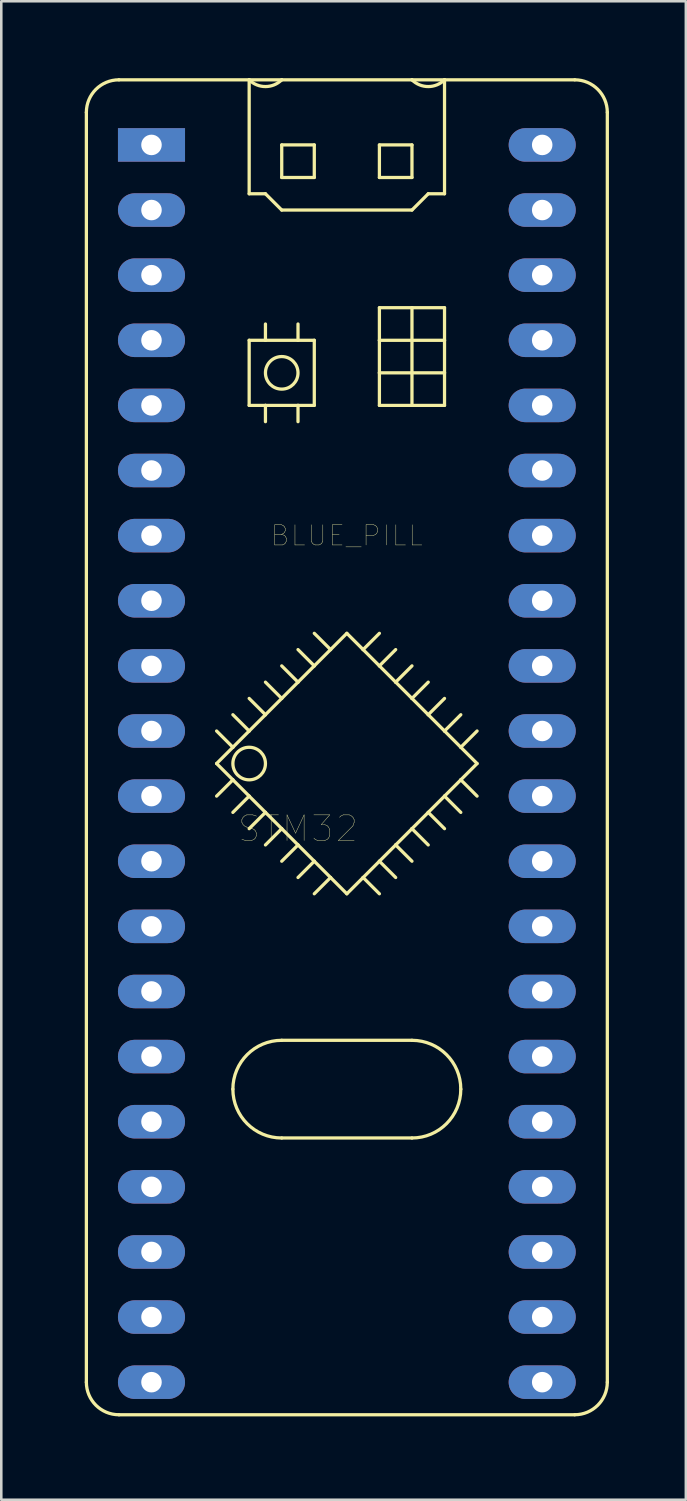
<source format=kicad_pcb>
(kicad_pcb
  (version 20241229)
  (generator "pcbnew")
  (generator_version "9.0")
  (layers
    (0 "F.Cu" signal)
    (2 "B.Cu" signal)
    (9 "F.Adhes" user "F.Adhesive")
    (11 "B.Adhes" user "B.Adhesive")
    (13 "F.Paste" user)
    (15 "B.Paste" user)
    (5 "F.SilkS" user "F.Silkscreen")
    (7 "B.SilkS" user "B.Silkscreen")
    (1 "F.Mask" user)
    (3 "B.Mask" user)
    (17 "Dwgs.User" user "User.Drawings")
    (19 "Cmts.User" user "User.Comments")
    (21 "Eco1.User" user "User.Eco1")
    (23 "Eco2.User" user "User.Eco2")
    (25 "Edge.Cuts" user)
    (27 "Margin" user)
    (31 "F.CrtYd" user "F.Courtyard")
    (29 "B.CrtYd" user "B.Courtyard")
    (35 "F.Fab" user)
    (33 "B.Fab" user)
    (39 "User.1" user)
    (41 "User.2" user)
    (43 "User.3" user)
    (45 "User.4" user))
  (footprint "BLUE_PILL"
    (layer "F.Cu")
    (at 0.25 52.199)
    (property "Reference" "BLUE_PILL" (at 10.229 -34.356 0) (layer "F.SilkS") (effects (font (size 0.787 0.787) (thickness 0.015))))
    (attr through_hole)
    (fp_line (start 0.069 -1.336) (end 0.069 -50.866) (stroke (width 0.127) (type solid)) (layer "F.SilkS"))
    (fp_line (start 1.339 -52.136) (end 6.419 -52.136) (stroke (width 0.127) (type solid)) (layer "F.SilkS"))
    (fp_line (start 5.149 -26.736) (end 5.784 -26.101) (stroke (width 0.127) (type solid)) (layer "F.SilkS"))
    (fp_line (start 5.149 -25.466) (end 5.784 -26.101) (stroke (width 0.127) (type solid)) (layer "F.SilkS"))
    (fp_line (start 5.784 -27.371) (end 6.419 -26.736) (stroke (width 0.127) (type solid)) (layer "F.SilkS"))
    (fp_line (start 5.784 -26.101) (end 6.419 -26.736) (stroke (width 0.127) (type solid)) (layer "F.SilkS"))
    (fp_line (start 5.784 -24.831) (end 5.149 -25.466) (stroke (width 0.127) (type solid)) (layer "F.SilkS"))
    (fp_line (start 5.784 -24.831) (end 5.149 -24.196) (stroke (width 0.127) (type solid)) (layer "F.SilkS"))
    (fp_line (start 6.419 -52.136) (end 6.419 -47.691) (stroke (width 0.127) (type solid)) (layer "F.SilkS"))
    (fp_line (start 6.419 -52.136) (end 7.689 -52.136) (stroke (width 0.127) (type solid)) (layer "F.SilkS"))
    (fp_line (start 6.419 -47.691) (end 7.054 -47.691) (stroke (width 0.127) (type solid)) (layer "F.SilkS"))
    (fp_line (start 6.419 -41.976) (end 7.054 -41.976) (stroke (width 0.127) (type solid)) (layer "F.SilkS"))
    (fp_line (start 6.419 -39.436) (end 6.419 -41.976) (stroke (width 0.127) (type solid)) (layer "F.SilkS"))
    (fp_line (start 6.419 -28.006) (end 7.054 -27.371) (stroke (width 0.127) (type solid)) (layer "F.SilkS"))
    (fp_line (start 6.419 -26.736) (end 7.054 -27.371) (stroke (width 0.127) (type solid)) (layer "F.SilkS"))
    (fp_line (start 6.419 -24.196) (end 5.784 -24.831) (stroke (width 0.127) (type solid)) (layer "F.SilkS"))
    (fp_line (start 6.419 -24.196) (end 5.784 -23.561) (stroke (width 0.127) (type solid)) (layer "F.SilkS"))
    (fp_line (start 7.054 -47.691) (end 7.689 -47.056) (stroke (width 0.127) (type solid)) (layer "F.SilkS"))
    (fp_line (start 7.054 -41.976) (end 7.054 -42.611) (stroke (width 0.127) (type solid)) (layer "F.SilkS"))
    (fp_line (start 7.054 -41.976) (end 8.324 -41.976) (stroke (width 0.127) (type solid)) (layer "F.SilkS"))
    (fp_line (start 7.054 -39.436) (end 6.419 -39.436) (stroke (width 0.127) (type solid)) (layer "F.SilkS"))
    (fp_line (start 7.054 -39.436) (end 7.054 -38.801) (stroke (width 0.127) (type solid)) (layer "F.SilkS"))
    (fp_line (start 7.054 -28.641) (end 7.689 -28.006) (stroke (width 0.127) (type solid)) (layer "F.SilkS"))
    (fp_line (start 7.054 -27.371) (end 7.689 -28.006) (stroke (width 0.127) (type solid)) (layer "F.SilkS"))
    (fp_line (start 7.054 -23.561) (end 6.419 -24.196) (stroke (width 0.127) (type solid)) (layer "F.SilkS"))
    (fp_line (start 7.054 -23.561) (end 6.419 -22.926) (stroke (width 0.127) (type solid)) (layer "F.SilkS"))
    (fp_line (start 7.689 -52.136) (end 12.769 -52.136) (stroke (width 0.127) (type solid)) (layer "F.SilkS"))
    (fp_line (start 7.689 -49.596) (end 7.689 -48.326) (stroke (width 0.127) (type solid)) (layer "F.SilkS"))
    (fp_line (start 7.689 -49.596) (end 8.959 -49.596) (stroke (width 0.127) (type solid)) (layer "F.SilkS"))
    (fp_line (start 7.689 -48.326) (end 8.959 -48.326) (stroke (width 0.127) (type solid)) (layer "F.SilkS"))
    (fp_line (start 7.689 -47.056) (end 12.769 -47.056) (stroke (width 0.127) (type solid)) (layer "F.SilkS"))
    (fp_line (start 7.689 -29.276) (end 8.324 -28.641) (stroke (width 0.127) (type solid)) (layer "F.SilkS"))
    (fp_line (start 7.689 -28.006) (end 8.324 -28.641) (stroke (width 0.127) (type solid)) (layer "F.SilkS"))
    (fp_line (start 7.689 -22.926) (end 7.054 -23.561) (stroke (width 0.127) (type solid)) (layer "F.SilkS"))
    (fp_line (start 7.689 -22.926) (end 7.054 -22.291) (stroke (width 0.127) (type solid)) (layer "F.SilkS"))
    (fp_line (start 7.689 -10.861) (end 12.769 -10.861) (stroke (width 0.127) (type solid)) (layer "F.SilkS"))
    (fp_line (start 8.324 -41.976) (end 8.324 -42.611) (stroke (width 0.127) (type solid)) (layer "F.SilkS"))
    (fp_line (start 8.324 -41.976) (end 8.959 -41.976) (stroke (width 0.127) (type solid)) (layer "F.SilkS"))
    (fp_line (start 8.324 -39.436) (end 7.054 -39.436) (stroke (width 0.127) (type solid)) (layer "F.SilkS"))
    (fp_line (start 8.324 -39.436) (end 8.324 -38.801) (stroke (width 0.127) (type solid)) (layer "F.SilkS"))
    (fp_line (start 8.324 -29.911) (end 8.959 -29.276) (stroke (width 0.127) (type solid)) (layer "F.SilkS"))
    (fp_line (start 8.324 -28.641) (end 8.959 -29.276) (stroke (width 0.127) (type solid)) (layer "F.SilkS"))
    (fp_line (start 8.324 -22.291) (end 7.689 -22.926) (stroke (width 0.127) (type solid)) (layer "F.SilkS"))
    (fp_line (start 8.324 -22.291) (end 7.689 -21.656) (stroke (width 0.127) (type solid)) (layer "F.SilkS"))
    (fp_line (start 8.959 -48.326) (end 8.959 -49.596) (stroke (width 0.127) (type solid)) (layer "F.SilkS"))
    (fp_line (start 8.959 -41.976) (end 8.959 -39.436) (stroke (width 0.127) (type solid)) (layer "F.SilkS"))
    (fp_line (start 8.959 -39.436) (end 8.324 -39.436) (stroke (width 0.127) (type solid)) (layer "F.SilkS"))
    (fp_line (start 8.959 -30.546) (end 9.594 -29.911) (stroke (width 0.127) (type solid)) (layer "F.SilkS"))
    (fp_line (start 8.959 -29.276) (end 9.594 -29.911) (stroke (width 0.127) (type solid)) (layer "F.SilkS"))
    (fp_line (start 8.959 -21.656) (end 8.324 -22.291) (stroke (width 0.127) (type solid)) (layer "F.SilkS"))
    (fp_line (start 8.959 -21.656) (end 8.324 -21.021) (stroke (width 0.127) (type solid)) (layer "F.SilkS"))
    (fp_line (start 9.594 -29.911) (end 10.229 -30.546) (stroke (width 0.127) (type solid)) (layer "F.SilkS"))
    (fp_line (start 9.594 -21.021) (end 8.959 -21.656) (stroke (width 0.127) (type solid)) (layer "F.SilkS"))
    (fp_line (start 9.594 -21.021) (end 8.959 -20.386) (stroke (width 0.127) (type solid)) (layer "F.SilkS"))
    (fp_line (start 10.229 -30.546) (end 10.864 -29.911) (stroke (width 0.127) (type solid)) (layer "F.SilkS"))
    (fp_line (start 10.229 -20.386) (end 9.594 -21.021) (stroke (width 0.127) (type solid)) (layer "F.SilkS"))
    (fp_line (start 10.864 -29.911) (end 11.499 -30.546) (stroke (width 0.127) (type solid)) (layer "F.SilkS"))
    (fp_line (start 10.864 -29.911) (end 11.499 -29.276) (stroke (width 0.127) (type solid)) (layer "F.SilkS"))
    (fp_line (start 10.864 -21.021) (end 10.229 -20.386) (stroke (width 0.127) (type solid)) (layer "F.SilkS"))
    (fp_line (start 10.864 -21.021) (end 11.499 -20.386) (stroke (width 0.127) (type solid)) (layer "F.SilkS"))
    (fp_line (start 11.499 -49.596) (end 11.499 -48.326) (stroke (width 0.127) (type solid)) (layer "F.SilkS"))
    (fp_line (start 11.499 -49.596) (end 12.769 -49.596) (stroke (width 0.127) (type solid)) (layer "F.SilkS"))
    (fp_line (start 11.499 -48.326) (end 12.769 -48.326) (stroke (width 0.127) (type solid)) (layer "F.SilkS"))
    (fp_line (start 11.499 -43.246) (end 12.769 -43.246) (stroke (width 0.127) (type solid)) (layer "F.SilkS"))
    (fp_line (start 11.499 -41.976) (end 11.499 -43.246) (stroke (width 0.127) (type solid)) (layer "F.SilkS"))
    (fp_line (start 11.499 -41.976) (end 14.039 -41.976) (stroke (width 0.127) (type solid)) (layer "F.SilkS"))
    (fp_line (start 11.499 -40.706) (end 11.499 -41.976) (stroke (width 0.127) (type solid)) (layer "F.SilkS"))
    (fp_line (start 11.499 -39.436) (end 11.499 -40.706) (stroke (width 0.127) (type solid)) (layer "F.SilkS"))
    (fp_line (start 11.499 -29.276) (end 12.134 -29.911) (stroke (width 0.127) (type solid)) (layer "F.SilkS"))
    (fp_line (start 11.499 -29.276) (end 12.134 -28.641) (stroke (width 0.127) (type solid)) (layer "F.SilkS"))
    (fp_line (start 11.499 -21.656) (end 10.864 -21.021) (stroke (width 0.127) (type solid)) (layer "F.SilkS"))
    (fp_line (start 11.499 -21.656) (end 12.134 -21.021) (stroke (width 0.127) (type solid)) (layer "F.SilkS"))
    (fp_line (start 12.134 -28.641) (end 12.769 -29.276) (stroke (width 0.127) (type solid)) (layer "F.SilkS"))
    (fp_line (start 12.134 -28.641) (end 12.769 -28.006) (stroke (width 0.127) (type solid)) (layer "F.SilkS"))
    (fp_line (start 12.134 -22.291) (end 11.499 -21.656) (stroke (width 0.127) (type solid)) (layer "F.SilkS"))
    (fp_line (start 12.134 -22.291) (end 12.769 -21.656) (stroke (width 0.127) (type solid)) (layer "F.SilkS"))
    (fp_line (start 12.769 -52.136) (end 14.039 -52.136) (stroke (width 0.127) (type solid)) (layer "F.SilkS"))
    (fp_line (start 12.769 -48.326) (end 12.769 -49.596) (stroke (width 0.127) (type solid)) (layer "F.SilkS"))
    (fp_line (start 12.769 -47.056) (end 13.404 -47.691) (stroke (width 0.127) (type solid)) (layer "F.SilkS"))
    (fp_line (start 12.769 -43.246) (end 12.769 -39.436) (stroke (width 0.127) (type solid)) (layer "F.SilkS"))
    (fp_line (start 12.769 -43.246) (end 14.039 -43.246) (stroke (width 0.127) (type solid)) (layer "F.SilkS"))
    (fp_line (start 12.769 -39.436) (end 11.499 -39.436) (stroke (width 0.127) (type solid)) (layer "F.SilkS"))
    (fp_line (start 12.769 -28.006) (end 13.404 -28.641) (stroke (width 0.127) (type solid)) (layer "F.SilkS"))
    (fp_line (start 12.769 -28.006) (end 13.404 -27.371) (stroke (width 0.127) (type solid)) (layer "F.SilkS"))
    (fp_line (start 12.769 -22.926) (end 12.134 -22.291) (stroke (width 0.127) (type solid)) (layer "F.SilkS"))
    (fp_line (start 12.769 -22.926) (end 13.404 -22.291) (stroke (width 0.127) (type solid)) (layer "F.SilkS"))
    (fp_line (start 12.769 -14.671) (end 7.689 -14.671) (stroke (width 0.127) (type solid)) (layer "F.SilkS"))
    (fp_line (start 13.404 -47.691) (end 14.039 -47.691) (stroke (width 0.127) (type solid)) (layer "F.SilkS"))
    (fp_line (start 13.404 -27.371) (end 14.039 -28.006) (stroke (width 0.127) (type solid)) (layer "F.SilkS"))
    (fp_line (start 13.404 -27.371) (end 14.039 -26.736) (stroke (width 0.127) (type solid)) (layer "F.SilkS"))
    (fp_line (start 13.404 -23.561) (end 12.769 -22.926) (stroke (width 0.127) (type solid)) (layer "F.SilkS"))
    (fp_line (start 13.404 -23.561) (end 14.039 -22.926) (stroke (width 0.127) (type solid)) (layer "F.SilkS"))
    (fp_line (start 14.039 -52.136) (end 19.119 -52.136) (stroke (width 0.127) (type solid)) (layer "F.SilkS"))
    (fp_line (start 14.039 -47.691) (end 14.039 -52.136) (stroke (width 0.127) (type solid)) (layer "F.SilkS"))
    (fp_line (start 14.039 -43.246) (end 14.039 -41.976) (stroke (width 0.127) (type solid)) (layer "F.SilkS"))
    (fp_line (start 14.039 -41.976) (end 14.039 -40.706) (stroke (width 0.127) (type solid)) (layer "F.SilkS"))
    (fp_line (start 14.039 -40.706) (end 11.499 -40.706) (stroke (width 0.127) (type solid)) (layer "F.SilkS"))
    (fp_line (start 14.039 -40.706) (end 14.039 -39.436) (stroke (width 0.127) (type solid)) (layer "F.SilkS"))
    (fp_line (start 14.039 -39.436) (end 12.769 -39.436) (stroke (width 0.127) (type solid)) (layer "F.SilkS"))
    (fp_line (start 14.039 -26.736) (end 14.674 -27.371) (stroke (width 0.127) (type solid)) (layer "F.SilkS"))
    (fp_line (start 14.039 -26.736) (end 14.674 -26.101) (stroke (width 0.127) (type solid)) (layer "F.SilkS"))
    (fp_line (start 14.039 -24.196) (end 13.404 -23.561) (stroke (width 0.127) (type solid)) (layer "F.SilkS"))
    (fp_line (start 14.039 -24.196) (end 14.674 -23.561) (stroke (width 0.127) (type solid)) (layer "F.SilkS"))
    (fp_line (start 14.674 -26.101) (end 15.309 -25.466) (stroke (width 0.127) (type solid)) (layer "F.SilkS"))
    (fp_line (start 14.674 -24.831) (end 14.039 -24.196) (stroke (width 0.127) (type solid)) (layer "F.SilkS"))
    (fp_line (start 14.674 -24.831) (end 15.309 -24.196) (stroke (width 0.127) (type solid)) (layer "F.SilkS"))
    (fp_line (start 15.309 -26.736) (end 14.674 -26.101) (stroke (width 0.127) (type solid)) (layer "F.SilkS"))
    (fp_line (start 15.309 -25.466) (end 14.674 -24.831) (stroke (width 0.127) (type solid)) (layer "F.SilkS"))
    (fp_line (start 19.119 -0.066) (end 1.339 -0.066) (stroke (width 0.127) (type solid)) (layer "F.SilkS"))
    (fp_line (start 20.389 -50.866) (end 20.389 -1.336) (stroke (width 0.127) (type solid)) (layer "F.SilkS"))
    (fp_arc (start 0.0686 -50.8656) (mid 0.440574 -51.763626) (end 1.3386 -52.1356) (stroke (width 0.127) (type solid)) (layer "F.SilkS"))
    (fp_arc (start 1.3386 -0.0656) (mid 0.440574 -0.437574) (end 0.0686 -1.3356) (stroke (width 0.127) (type solid)) (layer "F.SilkS"))
    (fp_arc (start 5.7836 -12.7656) (mid 6.341562 -14.112638) (end 7.6886 -14.6706) (stroke (width 0.127) (type solid)) (layer "F.SilkS"))
    (fp_arc (start 7.6886 -52.1356) (mid 7.0536 -51.872574) (end 6.4186 -52.1356) (stroke (width 0.127) (type solid)) (layer "F.SilkS"))
    (fp_arc (start 7.6886 -10.8606) (mid 6.341562 -11.418562) (end 5.7836 -12.7656) (stroke (width 0.127) (type solid)) (layer "F.SilkS"))
    (fp_arc (start 12.7686 -14.6706) (mid 14.115638 -14.112638) (end 14.6736 -12.7656) (stroke (width 0.127) (type solid)) (layer "F.SilkS"))
    (fp_arc (start 14.0386 -52.1356) (mid 13.4036 -51.872574) (end 12.7686 -52.1356) (stroke (width 0.127) (type solid)) (layer "F.SilkS"))
    (fp_arc (start 14.6736 -12.7656) (mid 14.115638 -11.418562) (end 12.7686 -10.8606) (stroke (width 0.127) (type solid)) (layer "F.SilkS"))
    (fp_arc (start 19.1186 -52.1356) (mid 20.016626 -51.763626) (end 20.3886 -50.8656) (stroke (width 0.127) (type solid)) (layer "F.SilkS"))
    (fp_arc (start 20.3886 -1.3356) (mid 20.016626 -0.437574) (end 19.1186 -0.0656) (stroke (width 0.127) (type solid)) (layer "F.SilkS"))
    (fp_circle (center 6.419 -25.466) (end 7.054 -25.466) (stroke (width 0.127) (type solid)) (fill no) (layer "F.SilkS"))
    (fp_circle (center 7.689 -40.706) (end 8.324 -40.706) (stroke (width 0.127) (type solid)) (fill no) (layer "F.SilkS"))
    (fp_text user "STM32" (at 8.324 -22.926 0) (layer "F.SilkS") (effects (font (size 1 1) (thickness 0.015))))
    (pad "1" thru_hole rect (at 2.609 -49.596) (size 2.616 1.308) (drill 0.8) (layers "*.Cu" "*.Mask"))
    (pad "2" thru_hole oval (at 2.609 -47.056) (size 2.616 1.308) (drill 0.8) (layers "*.Cu" "*.Mask"))
    (pad "3" thru_hole oval (at 2.609 -44.516) (size 2.616 1.308) (drill 0.8) (layers "*.Cu" "*.Mask"))
    (pad "4" thru_hole oval (at 2.609 -41.976) (size 2.616 1.308) (drill 0.8) (layers "*.Cu" "*.Mask"))
    (pad "5" thru_hole oval (at 2.609 -39.436) (size 2.616 1.308) (drill 0.8) (layers "*.Cu" "*.Mask"))
    (pad "6" thru_hole oval (at 2.609 -36.896) (size 2.616 1.308) (drill 0.8) (layers "*.Cu" "*.Mask"))
    (pad "7" thru_hole oval (at 2.609 -34.356) (size 2.616 1.308) (drill 0.8) (layers "*.Cu" "*.Mask"))
    (pad "8" thru_hole oval (at 2.609 -31.816) (size 2.616 1.308) (drill 0.8) (layers "*.Cu" "*.Mask"))
    (pad "9" thru_hole oval (at 2.609 -29.276) (size 2.616 1.308) (drill 0.8) (layers "*.Cu" "*.Mask"))
    (pad "10" thru_hole oval (at 2.609 -26.736) (size 2.616 1.308) (drill 0.8) (layers "*.Cu" "*.Mask"))
    (pad "11" thru_hole oval (at 2.609 -24.196) (size 2.616 1.308) (drill 0.8) (layers "*.Cu" "*.Mask"))
    (pad "12" thru_hole oval (at 2.609 -21.656) (size 2.616 1.308) (drill 0.8) (layers "*.Cu" "*.Mask"))
    (pad "13" thru_hole oval (at 2.609 -19.116) (size 2.616 1.308) (drill 0.8) (layers "*.Cu" "*.Mask"))
    (pad "14" thru_hole oval (at 2.609 -16.576) (size 2.616 1.308) (drill 0.8) (layers "*.Cu" "*.Mask"))
    (pad "15" thru_hole oval (at 2.609 -14.036) (size 2.616 1.308) (drill 0.8) (layers "*.Cu" "*.Mask"))
    (pad "16" thru_hole oval (at 2.609 -11.496) (size 2.616 1.308) (drill 0.8) (layers "*.Cu" "*.Mask"))
    (pad "17" thru_hole oval (at 2.609 -8.956) (size 2.616 1.308) (drill 0.8) (layers "*.Cu" "*.Mask"))
    (pad "18" thru_hole oval (at 2.609 -6.416) (size 2.616 1.308) (drill 0.8) (layers "*.Cu" "*.Mask"))
    (pad "19" thru_hole oval (at 2.609 -3.876) (size 2.616 1.308) (drill 0.8) (layers "*.Cu" "*.Mask"))
    (pad "20" thru_hole oval (at 2.609 -1.336) (size 2.616 1.308) (drill 0.8) (layers "*.Cu" "*.Mask"))
    (pad "21" thru_hole oval (at 17.849 -49.596) (size 2.616 1.308) (drill 0.8) (layers "*.Cu" "*.Mask"))
    (pad "22" thru_hole oval (at 17.849 -47.056) (size 2.616 1.308) (drill 0.8) (layers "*.Cu" "*.Mask"))
    (pad "23" thru_hole oval (at 17.849 -44.516) (size 2.616 1.308) (drill 0.8) (layers "*.Cu" "*.Mask"))
    (pad "24" thru_hole oval (at 17.849 -41.976) (size 2.616 1.308) (drill 0.8) (layers "*.Cu" "*.Mask"))
    (pad "25" thru_hole oval (at 17.849 -39.436) (size 2.616 1.308) (drill 0.8) (layers "*.Cu" "*.Mask"))
    (pad "26" thru_hole oval (at 17.849 -36.896) (size 2.616 1.308) (drill 0.8) (layers "*.Cu" "*.Mask"))
    (pad "27" thru_hole oval (at 17.849 -34.356) (size 2.616 1.308) (drill 0.8) (layers "*.Cu" "*.Mask"))
    (pad "28" thru_hole oval (at 17.849 -31.816) (size 2.616 1.308) (drill 0.8) (layers "*.Cu" "*.Mask"))
    (pad "29" thru_hole oval (at 17.849 -29.276) (size 2.616 1.308) (drill 0.8) (layers "*.Cu" "*.Mask"))
    (pad "30" thru_hole oval (at 17.849 -26.736) (size 2.616 1.308) (drill 0.8) (layers "*.Cu" "*.Mask"))
    (pad "31" thru_hole oval (at 17.849 -24.196) (size 2.616 1.308) (drill 0.8) (layers "*.Cu" "*.Mask"))
    (pad "32" thru_hole oval (at 17.849 -21.656) (size 2.616 1.308) (drill 0.8) (layers "*.Cu" "*.Mask"))
    (pad "33" thru_hole oval (at 17.849 -19.116) (size 2.616 1.308) (drill 0.8) (layers "*.Cu" "*.Mask"))
    (pad "34" thru_hole oval (at 17.849 -16.576) (size 2.616 1.308) (drill 0.8) (layers "*.Cu" "*.Mask"))
    (pad "35" thru_hole oval (at 17.849 -14.036) (size 2.616 1.308) (drill 0.8) (layers "*.Cu" "*.Mask"))
    (pad "36" thru_hole oval (at 17.849 -11.496) (size 2.616 1.308) (drill 0.8) (layers "*.Cu" "*.Mask"))
    (pad "37" thru_hole oval (at 17.849 -8.956) (size 2.616 1.308) (drill 0.8) (layers "*.Cu" "*.Mask"))
    (pad "38" thru_hole oval (at 17.849 -6.416) (size 2.616 1.308) (drill 0.8) (layers "*.Cu" "*.Mask"))
    (pad "39" thru_hole oval (at 17.849 -3.876) (size 2.616 1.308) (drill 0.8) (layers "*.Cu" "*.Mask"))
    (pad "40" thru_hole oval (at 17.849 -1.336) (size 2.616 1.308) (drill 0.8) (layers "*.Cu" "*.Mask")))
  (gr_rect
    (start -3 -3)
    (end 23.702 55.449)
    (stroke (width 0.1) (type default))
    (fill no)
    (layer "Edge.Cuts")))
</source>
